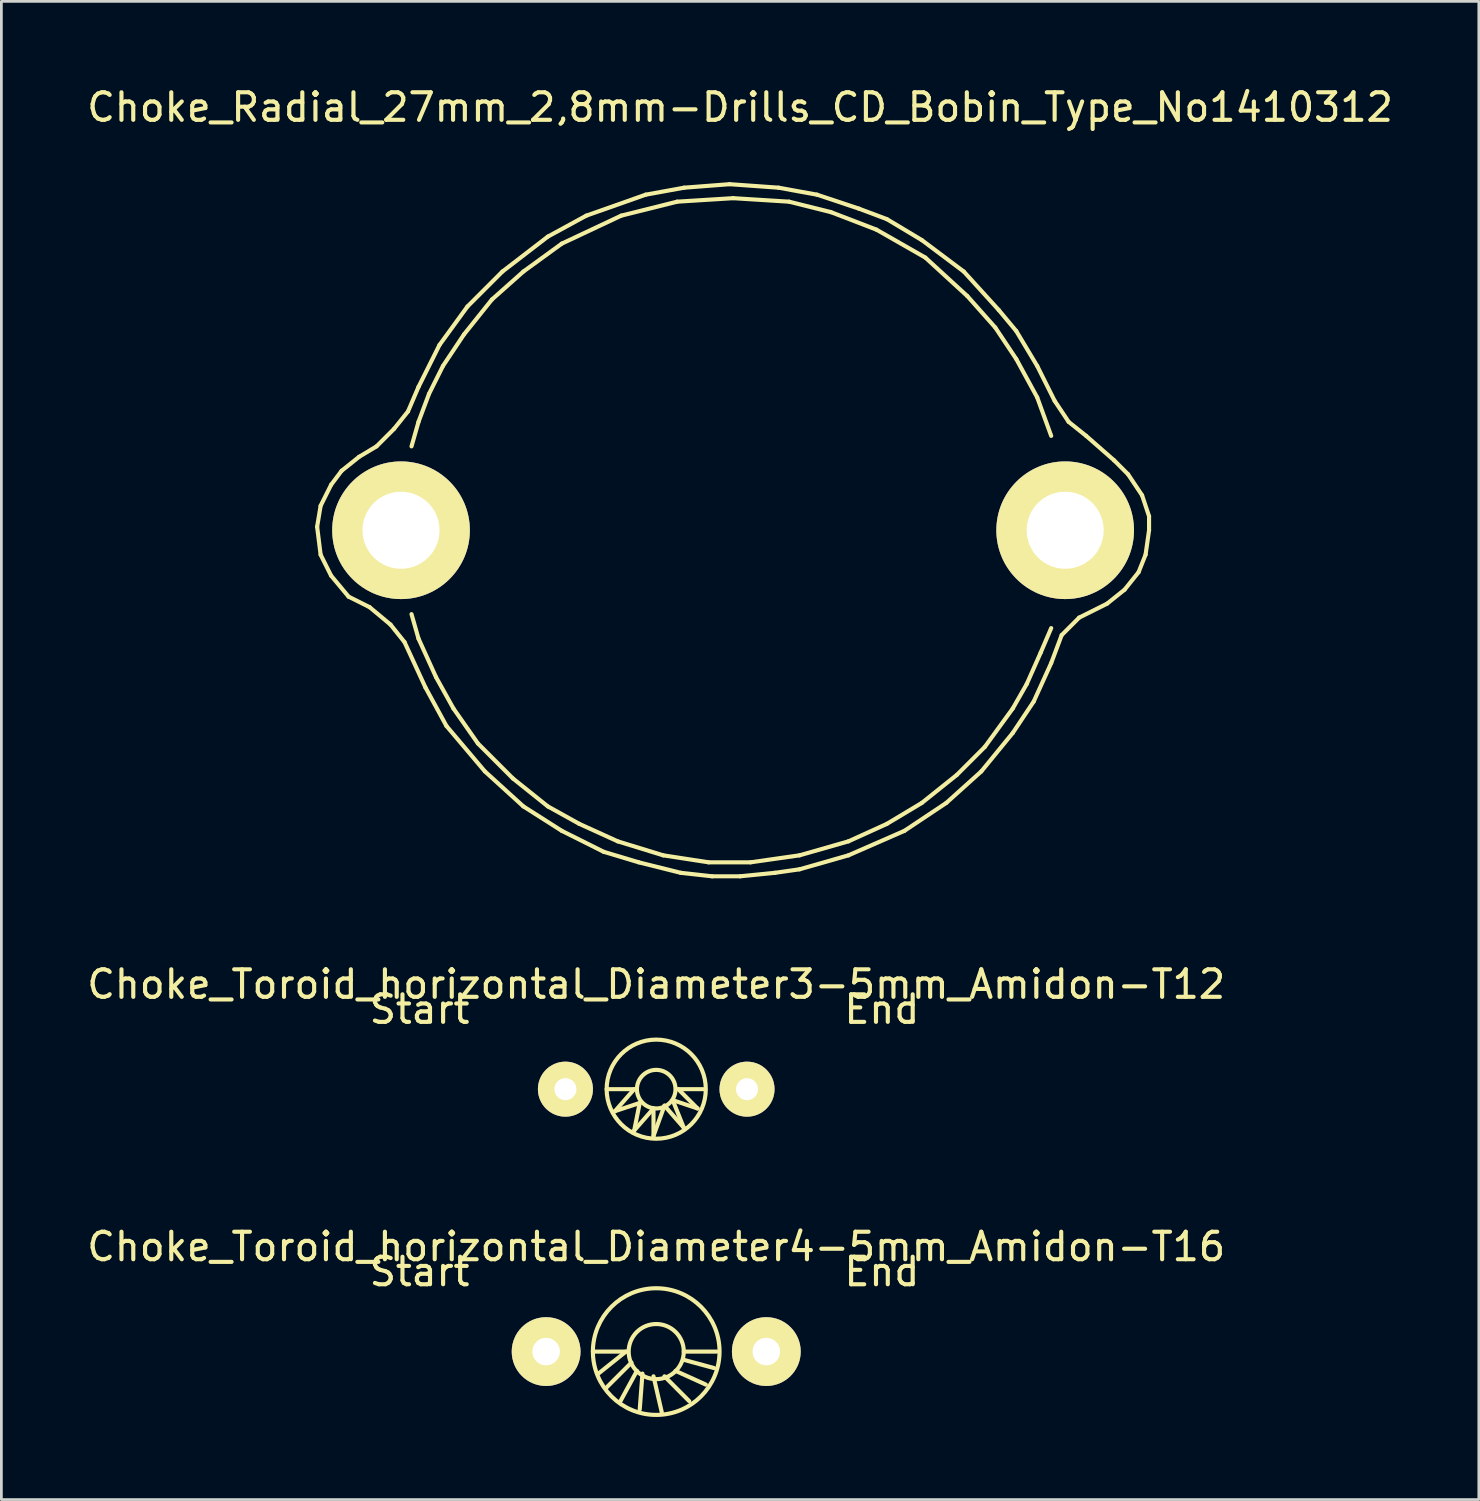
<source format=kicad_pcb>
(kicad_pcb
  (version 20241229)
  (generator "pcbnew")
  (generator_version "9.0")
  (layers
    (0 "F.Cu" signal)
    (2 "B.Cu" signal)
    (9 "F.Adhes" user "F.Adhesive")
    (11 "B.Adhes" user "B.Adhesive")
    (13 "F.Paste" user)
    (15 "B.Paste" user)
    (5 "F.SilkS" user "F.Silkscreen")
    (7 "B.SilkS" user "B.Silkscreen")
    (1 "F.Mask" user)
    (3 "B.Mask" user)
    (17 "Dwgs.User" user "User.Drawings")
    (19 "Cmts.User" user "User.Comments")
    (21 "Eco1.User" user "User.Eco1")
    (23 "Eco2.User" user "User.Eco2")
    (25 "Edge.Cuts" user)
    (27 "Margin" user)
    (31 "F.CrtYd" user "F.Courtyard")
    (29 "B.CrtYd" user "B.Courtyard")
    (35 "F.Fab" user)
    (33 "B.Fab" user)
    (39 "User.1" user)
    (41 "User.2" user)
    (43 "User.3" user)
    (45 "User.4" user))
  (footprint "Choke_Toroid_horizontal_Diameter4-5mm_Amidon-T16"
    (layer "F.Cu")
    (at 20.792 46.056)
    (property "Reference" "Choke_Toroid_horizontal_Diameter4-5mm_Amidon-T16" (at 0 -3.81 0) (layer "F.SilkS") (effects (font (size 1 1) (thickness 0.15))))
    (attr through_hole)
    (fp_line (start -2.301 0) (end -1.1 0) (stroke (width 0.15) (type solid)) (layer "F.SilkS"))
    (fp_line (start -1.1 0) (end -2.101 0.8) (stroke (width 0.15) (type solid)) (layer "F.SilkS"))
    (fp_line (start -0.899 0.399) (end -1.801 1.3) (stroke (width 0.15) (type solid)) (layer "F.SilkS"))
    (fp_line (start -0.701 0.701) (end -1.3 1.801) (stroke (width 0.15) (type solid)) (layer "F.SilkS"))
    (fp_line (start -0.5 0.8) (end -0.599 2.101) (stroke (width 0.15) (type solid)) (layer "F.SilkS"))
    (fp_line (start -0.099 0.899) (end 0.201 2.2) (stroke (width 0.15) (type solid)) (layer "F.SilkS"))
    (fp_line (start 0.3 0.899) (end 1.199 1.801) (stroke (width 0.15) (type solid)) (layer "F.SilkS"))
    (fp_line (start 0.701 0.701) (end 1.801 1.199) (stroke (width 0.15) (type solid)) (layer "F.SilkS"))
    (fp_line (start 1.001 0) (end 2.2 0) (stroke (width 0.15) (type solid)) (layer "F.SilkS"))
    (fp_line (start 1.001 0.3) (end 2.101 0.599) (stroke (width 0.15) (type solid)) (layer "F.SilkS"))
    (fp_circle (center 0 0) (end 1.001 0) (stroke (width 0.15) (type solid)) (fill no) (layer "F.SilkS"))
    (fp_circle (center 0 0) (end 2.301 0) (stroke (width 0.15) (type solid)) (fill no) (layer "F.SilkS"))
    (fp_text user "End" (at 8.199 -2.901 0) (layer "F.SilkS") (effects (font (size 1 1) (thickness 0.15))))
    (fp_text user "Start" (at -8.6 -2.901 0) (layer "F.SilkS") (effects (font (size 1 1) (thickness 0.15))))
    (pad "1" thru_hole circle (at -4 0) (size 2.499 2.499) (drill 1.001) (layers "*.Cu" "*.Mask" "F.SilkS"))
    (pad "2" thru_hole circle (at 4 0) (size 2.499 2.499) (drill 1.001) (layers "*.Cu" "*.Mask" "F.SilkS")))
  (footprint "Choke_Toroid_horizontal_Diameter3-5mm_Amidon-T12"
    (layer "F.Cu")
    (at 20.792 36.522)
    (property "Reference" "Choke_Toroid_horizontal_Diameter3-5mm_Amidon-T12" (at 0 -3.81 0) (layer "F.SilkS") (effects (font (size 1 1) (thickness 0.15))))
    (attr through_hole)
    (fp_line (start -1.801 0) (end -0.8 0) (stroke (width 0.15) (type solid)) (layer "F.SilkS"))
    (fp_line (start -1.501 0.8) (end -0.599 0.5) (stroke (width 0.15) (type solid)) (layer "F.SilkS"))
    (fp_line (start -0.8 0) (end -1.501 0.8) (stroke (width 0.15) (type solid)) (layer "F.SilkS"))
    (fp_line (start -0.8 1.501) (end -0.099 0.701) (stroke (width 0.15) (type solid)) (layer "F.SilkS"))
    (fp_line (start -0.599 0.5) (end -0.8 1.501) (stroke (width 0.15) (type solid)) (layer "F.SilkS"))
    (fp_line (start -0.099 0.701) (end -0.099 1.699) (stroke (width 0.15) (type solid)) (layer "F.SilkS"))
    (fp_line (start -0.099 1.699) (end 0.3 0.599) (stroke (width 0.15) (type solid)) (layer "F.SilkS"))
    (fp_line (start 0.3 0.599) (end 1.001 1.4) (stroke (width 0.15) (type solid)) (layer "F.SilkS"))
    (fp_line (start 0.599 0.399) (end 1.501 0.701) (stroke (width 0.15) (type solid)) (layer "F.SilkS"))
    (fp_line (start 0.8 0) (end 1.699 0) (stroke (width 0.15) (type solid)) (layer "F.SilkS"))
    (fp_line (start 1.001 1.4) (end 0.599 0.399) (stroke (width 0.15) (type solid)) (layer "F.SilkS"))
    (fp_line (start 1.501 0.701) (end 0.8 0) (stroke (width 0.15) (type solid)) (layer "F.SilkS"))
    (fp_circle (center 0 0) (end 0.701 0) (stroke (width 0.15) (type solid)) (fill no) (layer "F.SilkS"))
    (fp_circle (center 0 0) (end 1.801 0) (stroke (width 0.15) (type solid)) (fill no) (layer "F.SilkS"))
    (fp_text user "Start" (at -8.6 -2.901 0) (layer "F.SilkS") (effects (font (size 1 1) (thickness 0.15))))
    (fp_text user "End" (at 8.199 -2.901 0) (layer "F.SilkS") (effects (font (size 1 1) (thickness 0.15))))
    (pad "1" thru_hole circle (at -3.299 0) (size 1.999 1.999) (drill 0.8) (layers "*.Cu" "*.Mask" "F.SilkS"))
    (pad "2" thru_hole circle (at 3.299 0) (size 1.999 1.999) (drill 0.8) (layers "*.Cu" "*.Mask" "F.SilkS")))
  (footprint "Choke_Radial_27mm_2,8mm-Drills_CD_Bobin_Type_No1410312"
    (layer "F.Cu")
    (at 23.585 16.215)
    (property "Reference" "Choke_Radial_27mm_2,8mm-Drills_CD_Bobin_Type_No1410312" (at 0.254 -15.367 0) (layer "F.SilkS") (effects (font (size 1 1) (thickness 0.15))))
    (attr through_hole)
    (fp_line (start -15.113 -0.127) (end -14.986 -0.889) (stroke (width 0.15) (type solid)) (layer "F.SilkS"))
    (fp_line (start -14.986 -0.889) (end -14.605 -1.651) (stroke (width 0.15) (type solid)) (layer "F.SilkS"))
    (fp_line (start -14.986 0.889) (end -15.113 -0.127) (stroke (width 0.15) (type solid)) (layer "F.SilkS"))
    (fp_line (start -14.605 -1.651) (end -14.224 -2.159) (stroke (width 0.15) (type solid)) (layer "F.SilkS"))
    (fp_line (start -14.605 1.651) (end -14.986 0.889) (stroke (width 0.15) (type solid)) (layer "F.SilkS"))
    (fp_line (start -14.224 -2.159) (end -13.589 -2.667) (stroke (width 0.15) (type solid)) (layer "F.SilkS"))
    (fp_line (start -13.97 2.413) (end -14.605 1.651) (stroke (width 0.15) (type solid)) (layer "F.SilkS"))
    (fp_line (start -13.589 -2.667) (end -12.954 -3.048) (stroke (width 0.15) (type solid)) (layer "F.SilkS"))
    (fp_line (start -13.208 2.794) (end -13.97 2.413) (stroke (width 0.15) (type solid)) (layer "F.SilkS"))
    (fp_line (start -12.954 -3.048) (end -12.319 -3.683) (stroke (width 0.15) (type solid)) (layer "F.SilkS"))
    (fp_line (start -12.446 3.429) (end -13.208 2.794) (stroke (width 0.15) (type solid)) (layer "F.SilkS"))
    (fp_line (start -12.319 -3.683) (end -11.811 -4.318) (stroke (width 0.15) (type solid)) (layer "F.SilkS"))
    (fp_line (start -11.938 4.064) (end -12.446 3.429) (stroke (width 0.15) (type solid)) (layer "F.SilkS"))
    (fp_line (start -11.811 -4.318) (end -11.43 -5.207) (stroke (width 0.15) (type solid)) (layer "F.SilkS"))
    (fp_line (start -11.684 -3.048) (end -11.43 -3.937) (stroke (width 0.15) (type solid)) (layer "F.SilkS"))
    (fp_line (start -11.43 -5.207) (end -10.668 -6.731) (stroke (width 0.15) (type solid)) (layer "F.SilkS"))
    (fp_line (start -11.43 -3.937) (end -11.049 -4.953) (stroke (width 0.15) (type solid)) (layer "F.SilkS"))
    (fp_line (start -11.43 3.937) (end -11.684 3.048) (stroke (width 0.15) (type solid)) (layer "F.SilkS"))
    (fp_line (start -11.176 5.715) (end -11.938 4.064) (stroke (width 0.15) (type solid)) (layer "F.SilkS"))
    (fp_line (start -11.049 -4.953) (end -10.541 -5.969) (stroke (width 0.15) (type solid)) (layer "F.SilkS"))
    (fp_line (start -10.795 5.334) (end -11.43 3.937) (stroke (width 0.15) (type solid)) (layer "F.SilkS"))
    (fp_line (start -10.668 -6.731) (end -9.652 -8.128) (stroke (width 0.15) (type solid)) (layer "F.SilkS"))
    (fp_line (start -10.541 -5.969) (end -9.779 -7.112) (stroke (width 0.15) (type solid)) (layer "F.SilkS"))
    (fp_line (start -10.414 7.112) (end -11.176 5.715) (stroke (width 0.15) (type solid)) (layer "F.SilkS"))
    (fp_line (start -10.16 6.477) (end -10.795 5.334) (stroke (width 0.15) (type solid)) (layer "F.SilkS"))
    (fp_line (start -9.779 -7.112) (end -8.763 -8.382) (stroke (width 0.15) (type solid)) (layer "F.SilkS"))
    (fp_line (start -9.652 -8.128) (end -8.382 -9.398) (stroke (width 0.15) (type solid)) (layer "F.SilkS"))
    (fp_line (start -9.271 7.747) (end -10.16 6.477) (stroke (width 0.15) (type solid)) (layer "F.SilkS"))
    (fp_line (start -9.017 8.763) (end -10.414 7.112) (stroke (width 0.15) (type solid)) (layer "F.SilkS"))
    (fp_line (start -8.763 -8.382) (end -7.62 -9.398) (stroke (width 0.15) (type solid)) (layer "F.SilkS"))
    (fp_line (start -8.382 -9.398) (end -6.731 -10.668) (stroke (width 0.15) (type solid)) (layer "F.SilkS"))
    (fp_line (start -8.001 9.017) (end -9.271 7.747) (stroke (width 0.15) (type solid)) (layer "F.SilkS"))
    (fp_line (start -7.62 -9.398) (end -6.223 -10.414) (stroke (width 0.15) (type solid)) (layer "F.SilkS"))
    (fp_line (start -7.62 10.033) (end -9.017 8.763) (stroke (width 0.15) (type solid)) (layer "F.SilkS"))
    (fp_line (start -6.731 -10.668) (end -5.334 -11.43) (stroke (width 0.15) (type solid)) (layer "F.SilkS"))
    (fp_line (start -6.731 10.033) (end -8.001 9.017) (stroke (width 0.15) (type solid)) (layer "F.SilkS"))
    (fp_line (start -6.223 -10.414) (end -4.064 -11.43) (stroke (width 0.15) (type solid)) (layer "F.SilkS"))
    (fp_line (start -6.223 10.922) (end -7.62 10.033) (stroke (width 0.15) (type solid)) (layer "F.SilkS"))
    (fp_line (start -5.588 10.668) (end -6.731 10.033) (stroke (width 0.15) (type solid)) (layer "F.SilkS"))
    (fp_line (start -5.334 -11.43) (end -3.175 -12.192) (stroke (width 0.15) (type solid)) (layer "F.SilkS"))
    (fp_line (start -4.699 11.684) (end -6.223 10.922) (stroke (width 0.15) (type solid)) (layer "F.SilkS"))
    (fp_line (start -4.191 11.303) (end -5.588 10.668) (stroke (width 0.15) (type solid)) (layer "F.SilkS"))
    (fp_line (start -4.064 -11.43) (end -2.032 -11.938) (stroke (width 0.15) (type solid)) (layer "F.SilkS"))
    (fp_line (start -3.429 12.065) (end -4.699 11.684) (stroke (width 0.15) (type solid)) (layer "F.SilkS"))
    (fp_line (start -3.175 -12.192) (end -1.778 -12.446) (stroke (width 0.15) (type solid)) (layer "F.SilkS"))
    (fp_line (start -2.54 11.811) (end -4.191 11.303) (stroke (width 0.15) (type solid)) (layer "F.SilkS"))
    (fp_line (start -2.032 -11.938) (end 0 -12.065) (stroke (width 0.15) (type solid)) (layer "F.SilkS"))
    (fp_line (start -1.905 12.446) (end -3.429 12.065) (stroke (width 0.15) (type solid)) (layer "F.SilkS"))
    (fp_line (start -1.778 -12.446) (end -0.127 -12.573) (stroke (width 0.15) (type solid)) (layer "F.SilkS"))
    (fp_line (start -0.889 12.065) (end -2.54 11.811) (stroke (width 0.15) (type solid)) (layer "F.SilkS"))
    (fp_line (start -0.762 12.573) (end -1.905 12.446) (stroke (width 0.15) (type solid)) (layer "F.SilkS"))
    (fp_line (start -0.127 -12.573) (end 1.651 -12.446) (stroke (width 0.15) (type solid)) (layer "F.SilkS"))
    (fp_line (start 0 -12.065) (end 2.032 -11.938) (stroke (width 0.15) (type solid)) (layer "F.SilkS"))
    (fp_line (start 0.254 12.573) (end -0.762 12.573) (stroke (width 0.15) (type solid)) (layer "F.SilkS"))
    (fp_line (start 0.635 12.065) (end -0.889 12.065) (stroke (width 0.15) (type solid)) (layer "F.SilkS"))
    (fp_line (start 1.524 12.446) (end 0.254 12.573) (stroke (width 0.15) (type solid)) (layer "F.SilkS"))
    (fp_line (start 1.651 -12.446) (end 3.048 -12.192) (stroke (width 0.15) (type solid)) (layer "F.SilkS"))
    (fp_line (start 2.032 -11.938) (end 3.556 -11.557) (stroke (width 0.15) (type solid)) (layer "F.SilkS"))
    (fp_line (start 2.413 11.811) (end 0.635 12.065) (stroke (width 0.15) (type solid)) (layer "F.SilkS"))
    (fp_line (start 2.413 12.319) (end 1.524 12.446) (stroke (width 0.15) (type solid)) (layer "F.SilkS"))
    (fp_line (start 3.048 -12.192) (end 4.572 -11.684) (stroke (width 0.15) (type solid)) (layer "F.SilkS"))
    (fp_line (start 3.556 -11.557) (end 5.207 -10.922) (stroke (width 0.15) (type solid)) (layer "F.SilkS"))
    (fp_line (start 4.191 11.303) (end 2.413 11.811) (stroke (width 0.15) (type solid)) (layer "F.SilkS"))
    (fp_line (start 4.191 11.811) (end 2.413 12.319) (stroke (width 0.15) (type solid)) (layer "F.SilkS"))
    (fp_line (start 4.572 -11.684) (end 5.588 -11.303) (stroke (width 0.15) (type solid)) (layer "F.SilkS"))
    (fp_line (start 5.207 -10.922) (end 6.985 -9.906) (stroke (width 0.15) (type solid)) (layer "F.SilkS"))
    (fp_line (start 5.588 -11.303) (end 6.858 -10.541) (stroke (width 0.15) (type solid)) (layer "F.SilkS"))
    (fp_line (start 5.588 10.668) (end 4.191 11.303) (stroke (width 0.15) (type solid)) (layer "F.SilkS"))
    (fp_line (start 6.223 10.922) (end 4.191 11.811) (stroke (width 0.15) (type solid)) (layer "F.SilkS"))
    (fp_line (start 6.858 -10.541) (end 8.382 -9.398) (stroke (width 0.15) (type solid)) (layer "F.SilkS"))
    (fp_line (start 6.858 9.906) (end 5.588 10.668) (stroke (width 0.15) (type solid)) (layer "F.SilkS"))
    (fp_line (start 6.985 -9.906) (end 8.509 -8.509) (stroke (width 0.15) (type solid)) (layer "F.SilkS"))
    (fp_line (start 7.747 9.906) (end 6.223 10.922) (stroke (width 0.15) (type solid)) (layer "F.SilkS"))
    (fp_line (start 8.128 8.89) (end 6.858 9.906) (stroke (width 0.15) (type solid)) (layer "F.SilkS"))
    (fp_line (start 8.382 -9.398) (end 9.652 -8.001) (stroke (width 0.15) (type solid)) (layer "F.SilkS"))
    (fp_line (start 8.509 -8.509) (end 9.525 -7.366) (stroke (width 0.15) (type solid)) (layer "F.SilkS"))
    (fp_line (start 9.017 8.763) (end 7.747 9.906) (stroke (width 0.15) (type solid)) (layer "F.SilkS"))
    (fp_line (start 9.144 7.874) (end 8.128 8.89) (stroke (width 0.15) (type solid)) (layer "F.SilkS"))
    (fp_line (start 9.525 -7.366) (end 10.287 -6.223) (stroke (width 0.15) (type solid)) (layer "F.SilkS"))
    (fp_line (start 9.652 -8.001) (end 10.287 -7.239) (stroke (width 0.15) (type solid)) (layer "F.SilkS"))
    (fp_line (start 10.16 6.477) (end 9.144 7.874) (stroke (width 0.15) (type solid)) (layer "F.SilkS"))
    (fp_line (start 10.16 7.366) (end 9.017 8.763) (stroke (width 0.15) (type solid)) (layer "F.SilkS"))
    (fp_line (start 10.287 -7.239) (end 11.049 -5.969) (stroke (width 0.15) (type solid)) (layer "F.SilkS"))
    (fp_line (start 10.287 -6.223) (end 11.049 -4.826) (stroke (width 0.15) (type solid)) (layer "F.SilkS"))
    (fp_line (start 10.668 5.588) (end 10.16 6.477) (stroke (width 0.15) (type solid)) (layer "F.SilkS"))
    (fp_line (start 10.922 6.223) (end 10.16 7.366) (stroke (width 0.15) (type solid)) (layer "F.SilkS"))
    (fp_line (start 11.049 -5.969) (end 11.684 -4.699) (stroke (width 0.15) (type solid)) (layer "F.SilkS"))
    (fp_line (start 11.049 -4.826) (end 11.557 -3.429) (stroke (width 0.15) (type solid)) (layer "F.SilkS"))
    (fp_line (start 11.176 4.445) (end 10.668 5.588) (stroke (width 0.15) (type solid)) (layer "F.SilkS"))
    (fp_line (start 11.557 3.556) (end 11.176 4.445) (stroke (width 0.15) (type solid)) (layer "F.SilkS"))
    (fp_line (start 11.557 4.826) (end 10.922 6.223) (stroke (width 0.15) (type solid)) (layer "F.SilkS"))
    (fp_line (start 11.684 -4.699) (end 12.192 -3.937) (stroke (width 0.15) (type solid)) (layer "F.SilkS"))
    (fp_line (start 11.938 3.81) (end 11.557 4.826) (stroke (width 0.15) (type solid)) (layer "F.SilkS"))
    (fp_line (start 12.192 -3.937) (end 12.827 -3.429) (stroke (width 0.15) (type solid)) (layer "F.SilkS"))
    (fp_line (start 12.573 3.175) (end 11.938 3.81) (stroke (width 0.15) (type solid)) (layer "F.SilkS"))
    (fp_line (start 12.827 -3.429) (end 13.843 -2.54) (stroke (width 0.15) (type solid)) (layer "F.SilkS"))
    (fp_line (start 13.589 2.667) (end 12.573 3.175) (stroke (width 0.15) (type solid)) (layer "F.SilkS"))
    (fp_line (start 13.843 -2.54) (end 14.351 -2.032) (stroke (width 0.15) (type solid)) (layer "F.SilkS"))
    (fp_line (start 14.224 2.159) (end 13.589 2.667) (stroke (width 0.15) (type solid)) (layer "F.SilkS"))
    (fp_line (start 14.351 -2.032) (end 14.859 -1.27) (stroke (width 0.15) (type solid)) (layer "F.SilkS"))
    (fp_line (start 14.732 1.524) (end 14.224 2.159) (stroke (width 0.15) (type solid)) (layer "F.SilkS"))
    (fp_line (start 14.859 -1.27) (end 15.113 -0.508) (stroke (width 0.15) (type solid)) (layer "F.SilkS"))
    (fp_line (start 14.986 0.889) (end 14.732 1.524) (stroke (width 0.15) (type solid)) (layer "F.SilkS"))
    (fp_line (start 15.113 -0.508) (end 15.113 0) (stroke (width 0.15) (type solid)) (layer "F.SilkS"))
    (fp_line (start 15.113 0) (end 14.986 0.889) (stroke (width 0.15) (type solid)) (layer "F.SilkS"))
    (pad "1" thru_hole circle (at 12.065 0) (size 5.001 5.001) (drill 2.799) (layers "*.Cu" "*.Mask" "F.SilkS"))
    (pad "2" thru_hole circle (at -12.065 0) (size 5.001 5.001) (drill 2.799) (layers "*.Cu" "*.Mask" "F.SilkS")))
  (gr_rect
    (start -3 -3)
    (end 50.679 51.432)
    (stroke (width 0.1) (type default))
    (fill no)
    (layer "Edge.Cuts")))
</source>
